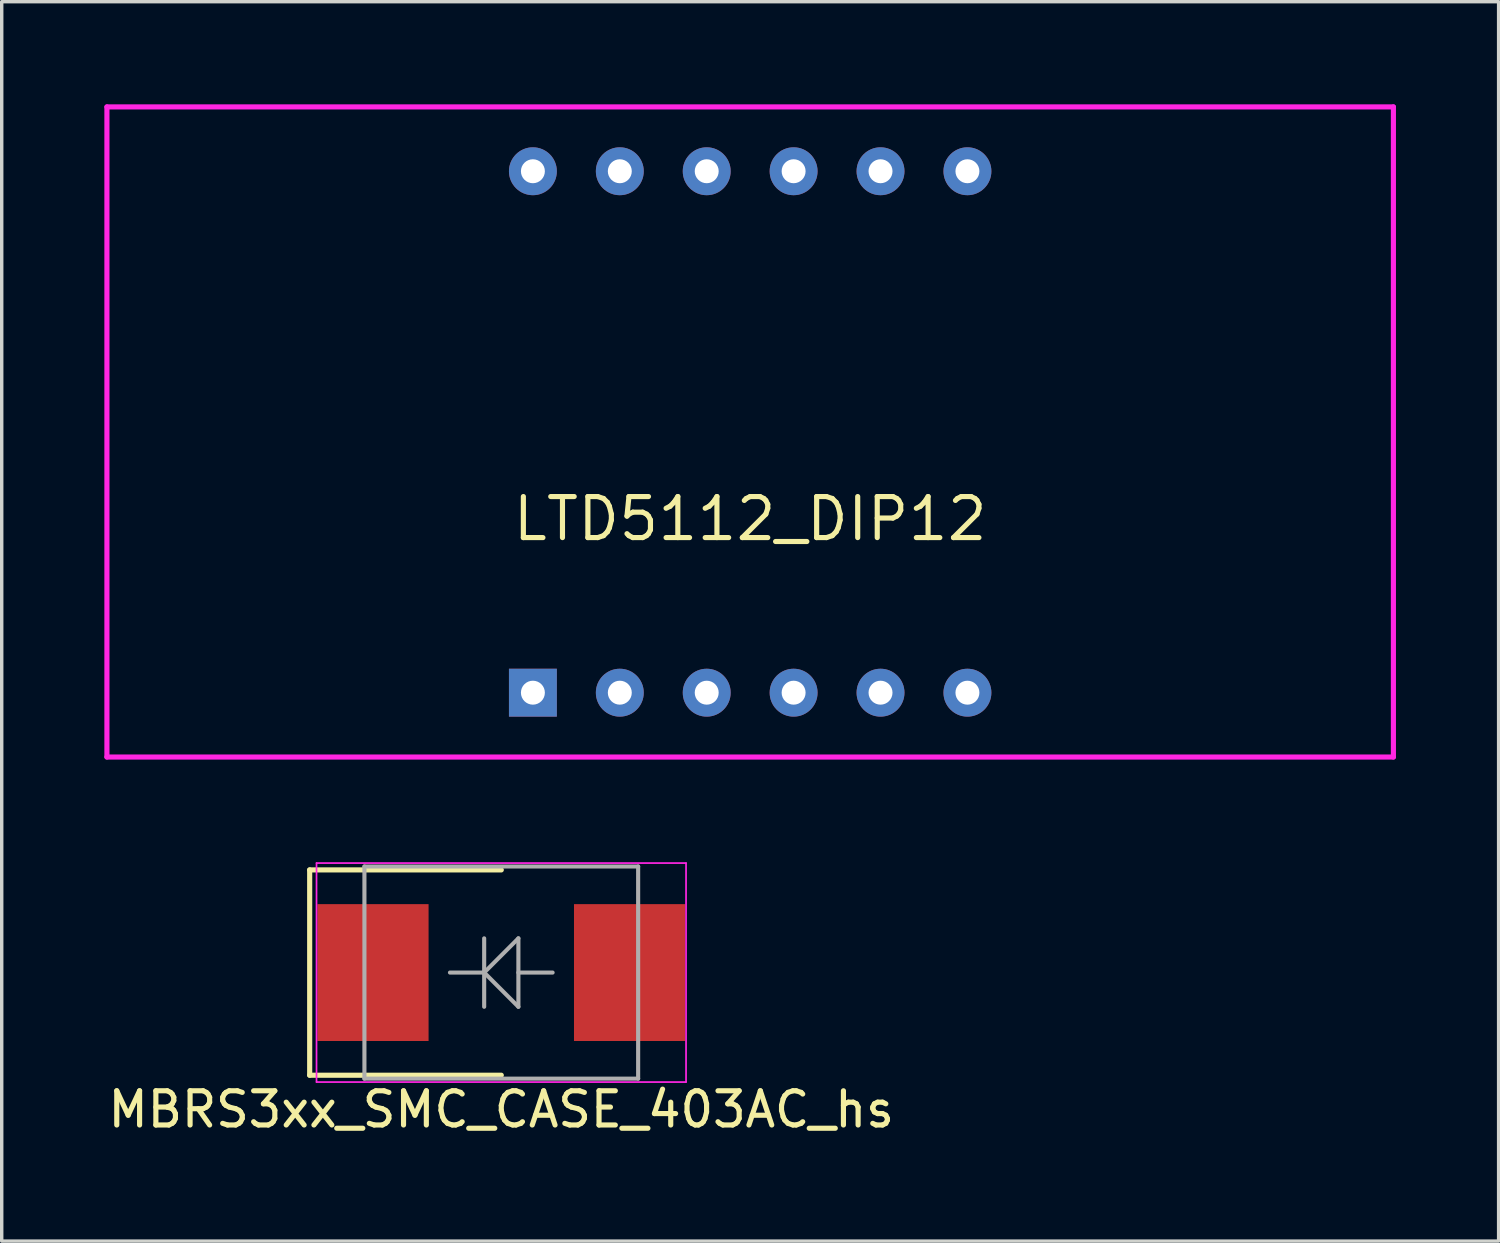
<source format=kicad_pcb>
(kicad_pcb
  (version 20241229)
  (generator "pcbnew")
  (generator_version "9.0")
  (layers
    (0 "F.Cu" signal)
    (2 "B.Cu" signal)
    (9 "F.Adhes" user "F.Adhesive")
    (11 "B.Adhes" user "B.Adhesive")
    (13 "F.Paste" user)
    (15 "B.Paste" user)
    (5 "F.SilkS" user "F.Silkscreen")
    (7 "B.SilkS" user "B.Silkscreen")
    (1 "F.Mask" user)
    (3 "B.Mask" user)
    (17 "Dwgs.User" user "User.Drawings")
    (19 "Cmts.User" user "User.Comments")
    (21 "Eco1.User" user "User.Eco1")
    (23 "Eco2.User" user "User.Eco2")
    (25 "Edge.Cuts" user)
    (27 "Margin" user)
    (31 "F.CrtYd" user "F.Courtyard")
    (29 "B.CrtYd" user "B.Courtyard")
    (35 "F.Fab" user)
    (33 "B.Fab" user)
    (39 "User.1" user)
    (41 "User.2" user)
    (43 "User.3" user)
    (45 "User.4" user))
  (footprint "MBRS3xx_SMC_CASE_403AC_hs"
    (layer "F.Cu")
    (at 11.601 25.375)
    (property "Reference" "MBRS3xx_SMC_CASE_403AC_hs" (at 0 4 0) (layer "F.SilkS") (effects (font (size 1 1) (thickness 0.15))))
    (attr smd)
    (fp_line (start -5.6 -3) (end 0 -3) (stroke (width 0.15) (type solid)) (layer "F.SilkS"))
    (fp_line (start -5.6 3) (end -5.6 -3) (stroke (width 0.15) (type solid)) (layer "F.SilkS"))
    (fp_line (start 0 3) (end -5.6 3) (stroke (width 0.15) (type solid)) (layer "F.SilkS"))
    (fp_line (start -5.4 -3.2) (end 5.4 -3.2) (stroke (width 0.05) (type solid)) (layer "F.CrtYd"))
    (fp_line (start -5.4 3.2) (end -5.4 -3.2) (stroke (width 0.05) (type solid)) (layer "F.CrtYd"))
    (fp_line (start 5.4 -3.2) (end 5.4 3.2) (stroke (width 0.05) (type solid)) (layer "F.CrtYd"))
    (fp_line (start 5.4 3.2) (end -5.4 3.2) (stroke (width 0.05) (type solid)) (layer "F.CrtYd"))
    (fp_line (start -4 -3.1) (end 4 -3.1) (stroke (width 0.12) (type solid)) (layer "F.Fab"))
    (fp_line (start -4 3.1) (end -4 -3.1) (stroke (width 0.12) (type solid)) (layer "F.Fab"))
    (fp_line (start -0.5 0) (end -1.5 0) (stroke (width 0.12) (type solid)) (layer "F.Fab"))
    (fp_line (start -0.5 0) (end 0.5 -1) (stroke (width 0.12) (type solid)) (layer "F.Fab"))
    (fp_line (start -0.5 1) (end -0.5 -1) (stroke (width 0.12) (type solid)) (layer "F.Fab"))
    (fp_line (start 0.5 -1) (end 0.5 1) (stroke (width 0.12) (type solid)) (layer "F.Fab"))
    (fp_line (start 0.5 0) (end 1.5 0) (stroke (width 0.12) (type solid)) (layer "F.Fab"))
    (fp_line (start 0.5 1) (end -0.5 0) (stroke (width 0.12) (type solid)) (layer "F.Fab"))
    (fp_line (start 4 -3.1) (end 4 3.1) (stroke (width 0.12) (type solid)) (layer "F.Fab"))
    (fp_line (start 4 3.1) (end -4 3.1) (stroke (width 0.12) (type solid)) (layer "F.Fab"))
    (pad "1" smd rect (at -3.75 0) (size 3.25 4) (layers "F.Cu" "F.Mask" "F.Paste"))
    (pad "2" smd rect (at 3.75 0) (size 3.25 4) (layers "F.Cu" "F.Mask" "F.Paste")))
  (footprint "LTD5112_DIP12"
    (layer "F.Cu")
    (at 18.875 9.575)
    (property "Reference" "LTD5112_DIP12" (at 0 2.54 0) (layer "F.SilkS") (effects (font (size 1.2 1.2) (thickness 0.15))))
    (attr through_hole)
    (fp_line (start -18.8 -9.5) (end -18.8 9.5) (stroke (width 0.15) (type solid)) (layer "F.CrtYd"))
    (fp_line (start -18.8 9.5) (end 18.8 9.5) (stroke (width 0.15) (type solid)) (layer "F.CrtYd"))
    (fp_line (start 18.8 -9.5) (end -18.8 -9.5) (stroke (width 0.15) (type solid)) (layer "F.CrtYd"))
    (fp_line (start 18.8 9.5) (end 18.8 -9.5) (stroke (width 0.15) (type solid)) (layer "F.CrtYd"))
    (pad "1" thru_hole rect (at -6.35 7.62) (size 1.4 1.4) (drill 0.7) (layers "*.Cu" "*.Mask"))
    (pad "2" thru_hole circle (at -3.81 7.62) (size 1.4 1.4) (drill 0.7) (layers "*.Cu" "*.Mask"))
    (pad "3" thru_hole circle (at -1.27 7.62) (size 1.4 1.4) (drill 0.7) (layers "*.Cu" "*.Mask"))
    (pad "4" thru_hole circle (at 1.27 7.62) (size 1.4 1.4) (drill 0.7) (layers "*.Cu" "*.Mask"))
    (pad "5" thru_hole circle (at 3.81 7.62) (size 1.4 1.4) (drill 0.7) (layers "*.Cu" "*.Mask"))
    (pad "6" thru_hole circle (at 6.35 7.62) (size 1.4 1.4) (drill 0.7) (layers "*.Cu" "*.Mask"))
    (pad "7" thru_hole circle (at 6.35 -7.62) (size 1.4 1.4) (drill 0.7) (layers "*.Cu" "*.Mask"))
    (pad "8" thru_hole circle (at 3.81 -7.62) (size 1.4 1.4) (drill 0.7) (layers "*.Cu" "*.Mask"))
    (pad "9" thru_hole circle (at 1.27 -7.62) (size 1.4 1.4) (drill 0.7) (layers "*.Cu" "*.Mask"))
    (pad "10" thru_hole circle (at -1.27 -7.62) (size 1.4 1.4) (drill 0.7) (layers "*.Cu" "*.Mask"))
    (pad "11" thru_hole circle (at -3.81 -7.62) (size 1.4 1.4) (drill 0.7) (layers "*.Cu" "*.Mask"))
    (pad "12" thru_hole circle (at -6.35 -7.62) (size 1.4 1.4) (drill 0.7) (layers "*.Cu" "*.Mask")))
  (gr_rect
    (start -3 -3)
    (end 40.75 33.223)
    (stroke (width 0.1) (type default))
    (fill no)
    (layer "Edge.Cuts")))
</source>
